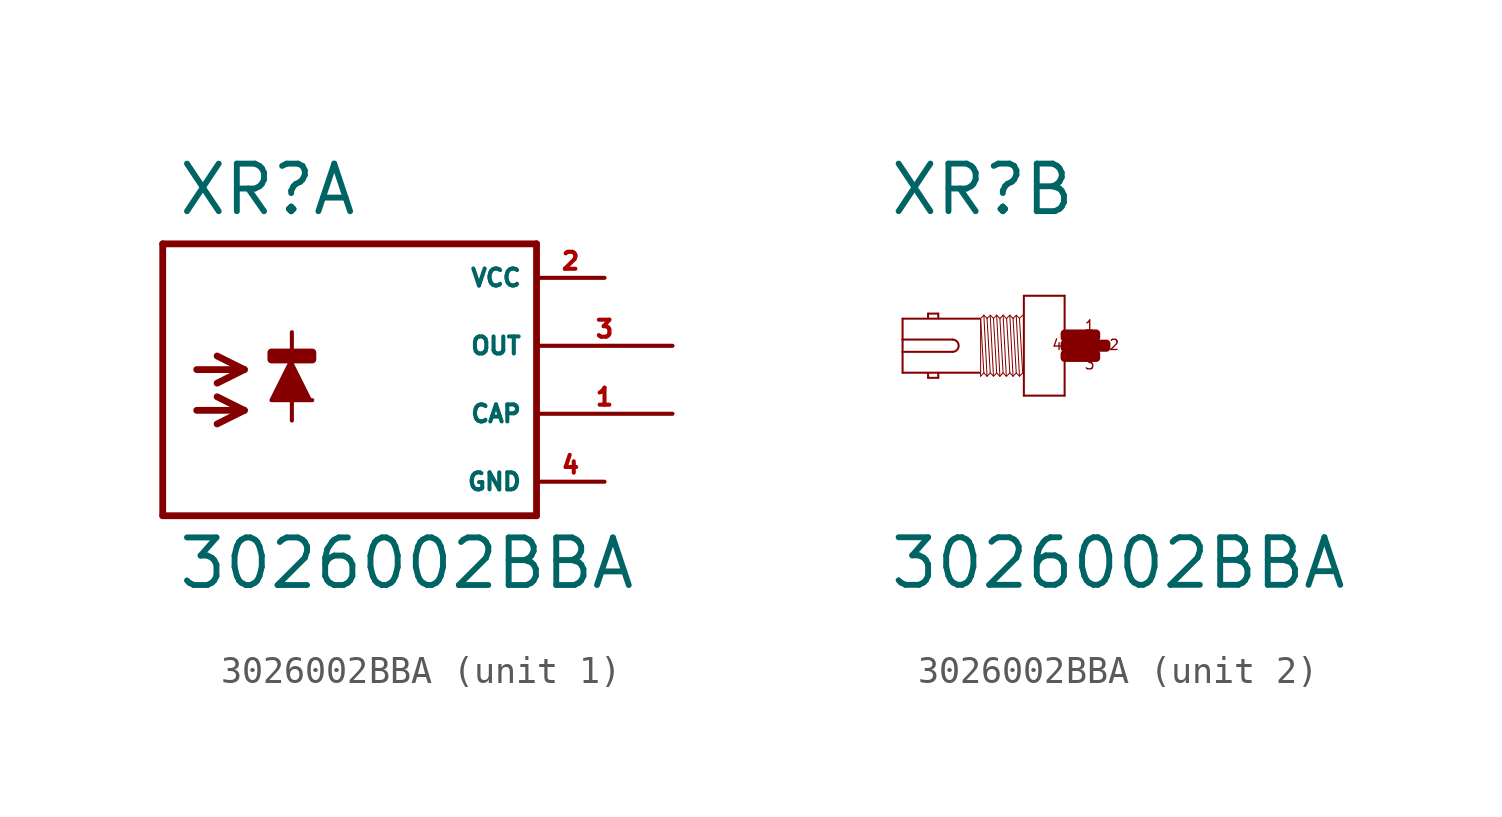
<source format=kicad_sym>
(kicad_symbol_lib
  (version 20220914)
  (generator Eagle2Kicad)
  (symbol "3026002BBA"
    (property "Reference" "XR"
      (at -5.842 4.801 0)
      (effects (font (size 1.778 1.778) (thickness 0.22)) (justify left bottom)))
    (property "Value" "3026002BBA"
      (at -5.842 -9.169 0)
      (effects (font (size 1.778 1.778) (thickness 0.22)) (justify left bottom)))
    (symbol "3026002BBA_1_0"
      (polyline (pts (xy -1.524 -0.508) (xy -2.286 -2.032) (xy -0.762 -2.032)) (stroke (width 0.152) (type default)) (fill (type outline)))
      (polyline (pts (xy -5.08 -0.889) (xy -3.302 -0.889)) (stroke (width 0.254) (type default)) (fill (type none)))
      (polyline (pts (xy -3.302 -0.889) (xy -4.318 -1.397)) (stroke (width 0.254) (type default)) (fill (type none)))
      (polyline (pts (xy -3.302 -0.889) (xy -4.318 -0.381)) (stroke (width 0.254) (type default)) (fill (type none)))
      (polyline (pts (xy -5.08 -2.413) (xy -3.302 -2.413)) (stroke (width 0.254) (type default)) (fill (type none)))
      (polyline (pts (xy -3.302 -2.413) (xy -4.318 -2.921)) (stroke (width 0.254) (type default)) (fill (type none)))
      (polyline (pts (xy -3.302 -2.413) (xy -4.318 -1.905)) (stroke (width 0.254) (type default)) (fill (type none)))
      (polyline (pts (xy -1.524 0.508) (xy -1.524 -2.794)) (stroke (width 0.152) (type default)) (fill (type none)))
      (polyline (pts (xy 7.62 3.81) (xy -6.35 3.81)) (stroke (width 0.254) (type default)) (fill (type none)))
      (polyline (pts (xy -6.35 3.81) (xy -6.35 -6.35)) (stroke (width 0.254) (type default)) (fill (type none)))
      (polyline (pts (xy -6.35 -6.35) (xy 7.62 -6.35)) (stroke (width 0.254) (type default)) (fill (type none)))
      (polyline (pts (xy 7.62 -6.35) (xy 7.62 3.81)) (stroke (width 0.254) (type default)) (fill (type none)))
      (rectangle (start -2.286 -0.508) (end -0.762 -0.254) (stroke (width 0.3) (type default)) (fill (type outline)))
      (pin unspecified line (at 10.16 2.54 180) (length 2.54) (name "VCC" (effects (font (size 0.635 0.635) (thickness 0.08)) (justify left bottom))) (number "2" (effects (font (size 0.635 0.635) (thickness 0.08)) (justify left bottom))))
      (pin unspecified line (at 10.16 -5.08 180) (length 2.54) (name "GND" (effects (font (size 0.635 0.635) (thickness 0.08)) (justify left bottom))) (number "4" (effects (font (size 0.635 0.635) (thickness 0.08)) (justify left bottom))))
      (pin output line (at 12.7 0 180) (length 5.08) (name "OUT" (effects (font (size 0.635 0.635) (thickness 0.08)) (justify left bottom))) (number "3" (effects (font (size 0.635 0.635) (thickness 0.08)) (justify left bottom))))
      (pin output line (at 12.7 -2.54 180) (length 5.08) (name "CAP" (effects (font (size 0.635 0.635) (thickness 0.08)) (justify left bottom))) (number "1" (effects (font (size 0.635 0.635) (thickness 0.08)) (justify left bottom)))))
    (symbol "3026002BBA_2_0"
      (polyline (pts (xy 0.762 1.867) (xy 0.762 -1.867)) (stroke (width 0.076) (type default)) (fill (type none)))
      (polyline (pts (xy 0.762 -1.867) (xy -0.762 -1.867)) (stroke (width 0.076) (type default)) (fill (type none)))
      (polyline (pts (xy -0.762 -1.867) (xy -0.762 1.867)) (stroke (width 0.076) (type default)) (fill (type none)))
      (polyline (pts (xy -0.762 1.867) (xy 0.762 1.867)) (stroke (width 0.076) (type default)) (fill (type none)))
      (polyline (pts (xy -2.419 1.01) (xy -5.296 1.01)) (stroke (width 0.076) (type default)) (fill (type none)))
      (polyline (pts (xy -5.296 1.01) (xy -5.296 0.229)) (stroke (width 0.076) (type default)) (fill (type none)))
      (polyline (pts (xy -5.296 0.229) (xy -5.296 -0.229)) (stroke (width 0.076) (type default)) (fill (type none)))
      (polyline (pts (xy -5.296 -0.229) (xy -5.296 -1.01)) (stroke (width 0.076) (type default)) (fill (type none)))
      (polyline (pts (xy -5.296 -1.01) (xy -2.419 -1.01)) (stroke (width 0.076) (type default)) (fill (type none)))
      (polyline (pts (xy -3.962 -1.029) (xy -3.962 -1.2)) (stroke (width 0.076) (type default)) (fill (type none)))
      (polyline (pts (xy -3.962 -1.2) (xy -4.343 -1.2)) (stroke (width 0.076) (type default)) (fill (type none)))
      (polyline (pts (xy -4.343 -1.2) (xy -4.343 -1.029)) (stroke (width 0.076) (type default)) (fill (type none)))
      (polyline (pts (xy -4.343 1.029) (xy -4.343 1.2)) (stroke (width 0.076) (type default)) (fill (type none)))
      (polyline (pts (xy -4.343 1.2) (xy -3.962 1.2)) (stroke (width 0.076) (type default)) (fill (type none)))
      (polyline (pts (xy -3.962 1.2) (xy -3.962 1.029)) (stroke (width 0.076) (type default)) (fill (type none)))
      (polyline (pts (xy -2.258 1.14) (xy -2.138 -1.14)) (stroke (width 0.038) (type default)) (fill (type none)))
      (polyline (pts (xy -2.018 1.099) (xy -1.898 -1.14)) (stroke (width 0.038) (type default)) (fill (type none)))
      (polyline (pts (xy -1.898 1.02) (xy -1.778 -1.02)) (stroke (width 0.038) (type default)) (fill (type none)))
      (polyline (pts (xy -1.778 1.14) (xy -1.658 -1.14)) (stroke (width 0.038) (type default)) (fill (type none)))
      (polyline (pts (xy -1.538 1.14) (xy -1.418 -1.14)) (stroke (width 0.038) (type default)) (fill (type none)))
      (polyline (pts (xy -2.378 -1.14) (xy -2.378 0.999)) (stroke (width 0.038) (type default)) (fill (type none)))
      (polyline (pts (xy -2.378 -1.14) (xy -2.258 -1.02)) (stroke (width 0.038) (type default)) (fill (type none)))
      (polyline (pts (xy -2.258 -1.02) (xy -2.138 -1.14)) (stroke (width 0.038) (type default)) (fill (type none)))
      (polyline (pts (xy -2.138 -1.14) (xy -2.018 -1.02)) (stroke (width 0.038) (type default)) (fill (type none)))
      (polyline (pts (xy -2.018 -1.02) (xy -1.898 -1.14)) (stroke (width 0.038) (type default)) (fill (type none)))
      (polyline (pts (xy -1.898 -1.14) (xy -1.778 -1.02)) (stroke (width 0.038) (type default)) (fill (type none)))
      (polyline (pts (xy -1.778 -1.02) (xy -1.658 -1.14)) (stroke (width 0.038) (type default)) (fill (type none)))
      (polyline (pts (xy -1.658 -1.14) (xy -1.538 -1.02)) (stroke (width 0.038) (type default)) (fill (type none)))
      (polyline (pts (xy -1.538 -1.02) (xy -1.418 -1.14)) (stroke (width 0.038) (type default)) (fill (type none)))
      (polyline (pts (xy -2.378 1.02) (xy -2.258 1.14)) (stroke (width 0.038) (type default)) (fill (type none)))
      (polyline (pts (xy -2.258 1.14) (xy -2.138 1.02)) (stroke (width 0.038) (type default)) (fill (type none)))
      (polyline (pts (xy -2.138 1.02) (xy -2.018 1.14)) (stroke (width 0.038) (type default)) (fill (type none)))
      (polyline (pts (xy -2.018 1.14) (xy -1.898 1.02)) (stroke (width 0.038) (type default)) (fill (type none)))
      (polyline (pts (xy -1.898 1.02) (xy -1.778 1.14)) (stroke (width 0.038) (type default)) (fill (type none)))
      (polyline (pts (xy -1.778 1.14) (xy -1.658 1.02)) (stroke (width 0.038) (type default)) (fill (type none)))
      (polyline (pts (xy -1.658 1.02) (xy -1.538 1.14)) (stroke (width 0.038) (type default)) (fill (type none)))
      (polyline (pts (xy -1.538 1.14) (xy -1.418 1.02)) (stroke (width 0.038) (type default)) (fill (type none)))
      (polyline (pts (xy -2.138 1.02) (xy -2.018 -1.02)) (stroke (width 0.038) (type default)) (fill (type none)))
      (polyline (pts (xy -1.658 1.02) (xy -1.538 -1.02)) (stroke (width 0.038) (type default)) (fill (type none)))
      (polyline (pts (xy -2.378 1.02) (xy -2.258 -1.02)) (stroke (width 0.038) (type default)) (fill (type none)))
      (polyline (pts (xy -1.286 1.14) (xy -1.166 -1.14)) (stroke (width 0.038) (type default)) (fill (type none)))
      (polyline (pts (xy -1.046 1.099) (xy -0.926 -1.14)) (stroke (width 0.038) (type default)) (fill (type none)))
      (polyline (pts (xy -0.926 1.02) (xy -0.806 -1.02)) (stroke (width 0.038) (type default)) (fill (type none)))
      (polyline (pts (xy -1.406 -1.14) (xy -1.286 -1.02)) (stroke (width 0.038) (type default)) (fill (type none)))
      (polyline (pts (xy -1.286 -1.02) (xy -1.166 -1.14)) (stroke (width 0.038) (type default)) (fill (type none)))
      (polyline (pts (xy -1.166 -1.14) (xy -1.046 -1.02)) (stroke (width 0.038) (type default)) (fill (type none)))
      (polyline (pts (xy -1.046 -1.02) (xy -0.926 -1.14)) (stroke (width 0.038) (type default)) (fill (type none)))
      (polyline (pts (xy -0.926 -1.14) (xy -0.806 -1.02)) (stroke (width 0.038) (type default)) (fill (type none)))
      (polyline (pts (xy -1.406 1.02) (xy -1.286 1.14)) (stroke (width 0.038) (type default)) (fill (type none)))
      (polyline (pts (xy -1.286 1.14) (xy -1.166 1.02)) (stroke (width 0.038) (type default)) (fill (type none)))
      (polyline (pts (xy -1.166 1.02) (xy -1.046 1.14)) (stroke (width 0.038) (type default)) (fill (type none)))
      (polyline (pts (xy -1.046 1.14) (xy -0.926 1.02)) (stroke (width 0.038) (type default)) (fill (type none)))
      (polyline (pts (xy -0.926 1.02) (xy -0.806 1.14)) (stroke (width 0.038) (type default)) (fill (type none)))
      (polyline (pts (xy -1.166 1.02) (xy -1.046 -1.02)) (stroke (width 0.038) (type default)) (fill (type none)))
      (polyline (pts (xy -1.406 1.02) (xy -1.286 -1.02)) (stroke (width 0.038) (type default)) (fill (type none)))
      (polyline (pts (xy -5.296 -0.229) (xy -3.429 -0.229)) (stroke (width 0.076) (type default)) (fill (type none)))
      (polyline (pts (xy -3.429 0.229) (xy -5.296 0.229)) (stroke (width 0.076) (type default)) (fill (type none)))
      (arc (start -3.429 -0.2286) (mid -3.200 0.000) (end -3.429 0.2286) (stroke (width 0.0762) (type default)) (fill (type none)))
      (text "1" (at 1.486 0.533 0) (effects (font (size 0.381 0.381) (thickness 0.05)) (justify left bottom)))
      (text "2" (at 2.4 -0.191 0) (effects (font (size 0.381 0.381) (thickness 0.05)) (justify left bottom)))
      (text "3" (at 1.486 -0.914 0) (effects (font (size 0.381 0.381) (thickness 0.05)) (justify left bottom)))
      (text "4" (at 0.267 -0.191 0) (effects (font (size 0.381 0.381) (thickness 0.05)) (justify left bottom)))
      (rectangle (start 1.524 -0.076) (end 2.324 0.076) (stroke (width 0.3) (type default)) (fill (type outline)))
      (rectangle (start 0.762 -0.076) (end 1.257 0.076) (stroke (width 0.3) (type default)) (fill (type outline)))
      (rectangle (start 0.762 0.305) (end 1.638 0.457) (stroke (width 0.3) (type default)) (fill (type outline)))
      (rectangle (start 0.762 -0.457) (end 1.638 -0.305) (stroke (width 0.3) (type default)) (fill (type outline)))
      (rectangle (start 1.6 -0.457) (end 1.943 -0.305) (stroke (width 0.3) (type default)) (fill (type outline)))
      (rectangle (start 1.219 -0.076) (end 1.562 0.076) (stroke (width 0.3) (type default)) (fill (type outline)))
      (rectangle (start 1.6 0.305) (end 1.943 0.457) (stroke (width 0.3) (type default)) (fill (type outline))))))
</source>
